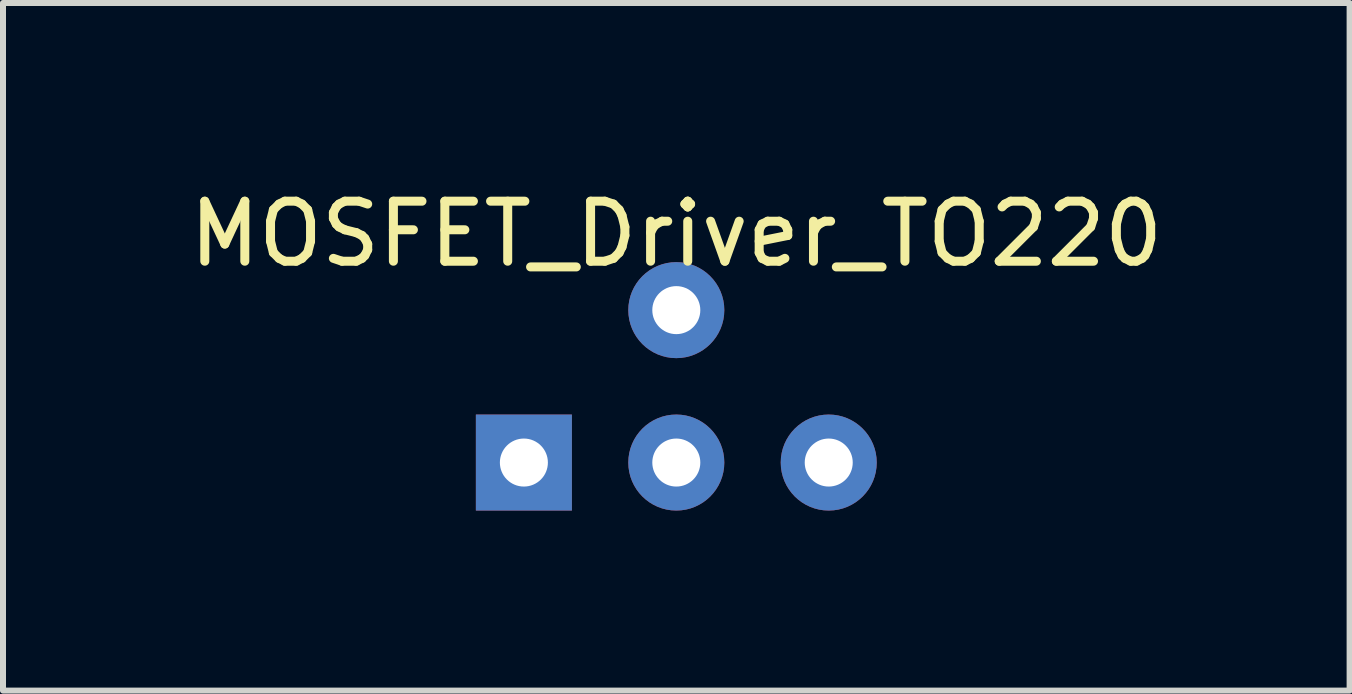
<source format=kicad_pcb>
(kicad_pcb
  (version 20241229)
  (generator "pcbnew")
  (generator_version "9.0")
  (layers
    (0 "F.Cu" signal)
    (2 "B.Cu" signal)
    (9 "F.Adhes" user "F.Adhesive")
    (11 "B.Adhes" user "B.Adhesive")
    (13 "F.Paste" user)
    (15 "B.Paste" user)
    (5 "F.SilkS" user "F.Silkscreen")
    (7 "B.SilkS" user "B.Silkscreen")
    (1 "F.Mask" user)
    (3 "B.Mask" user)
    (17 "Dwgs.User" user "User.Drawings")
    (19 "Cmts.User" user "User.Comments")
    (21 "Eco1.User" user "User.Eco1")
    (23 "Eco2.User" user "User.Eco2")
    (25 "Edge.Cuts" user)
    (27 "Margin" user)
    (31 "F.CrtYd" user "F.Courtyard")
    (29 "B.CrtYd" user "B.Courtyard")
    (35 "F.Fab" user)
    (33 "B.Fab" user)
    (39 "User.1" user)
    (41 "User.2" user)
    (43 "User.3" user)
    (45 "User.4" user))
  (footprint "MOSFET_Driver_TO220"
    (layer "F.Cu")
    (at 8.22 4.658)
    (property "Reference" "MOSFET_Driver_TO220" (at 0 -3.81 0) (layer "F.SilkS") (effects (font (size 1 1) (thickness 0.15))))
    (attr through_hole)
    (pad "1" thru_hole rect (at -2.54 0) (size 1.6 1.6) (drill 0.8) (layers "*.Cu" "*.Mask"))
    (pad "2" thru_hole oval (at 0 0) (size 1.6 1.6) (drill 0.8) (layers "*.Cu" "*.Mask"))
    (pad "3" thru_hole oval (at 2.54 0) (size 1.6 1.6) (drill 0.8) (layers "*.Cu" "*.Mask"))
    (pad "4" thru_hole oval (at 0 -2.54) (size 1.6 1.6) (drill 0.8) (layers "*.Cu" "*.Mask")))
  (gr_rect
    (start -3 -3)
    (end 19.44 8.458)
    (stroke (width 0.1) (type default))
    (fill no)
    (layer "Edge.Cuts")))
</source>
